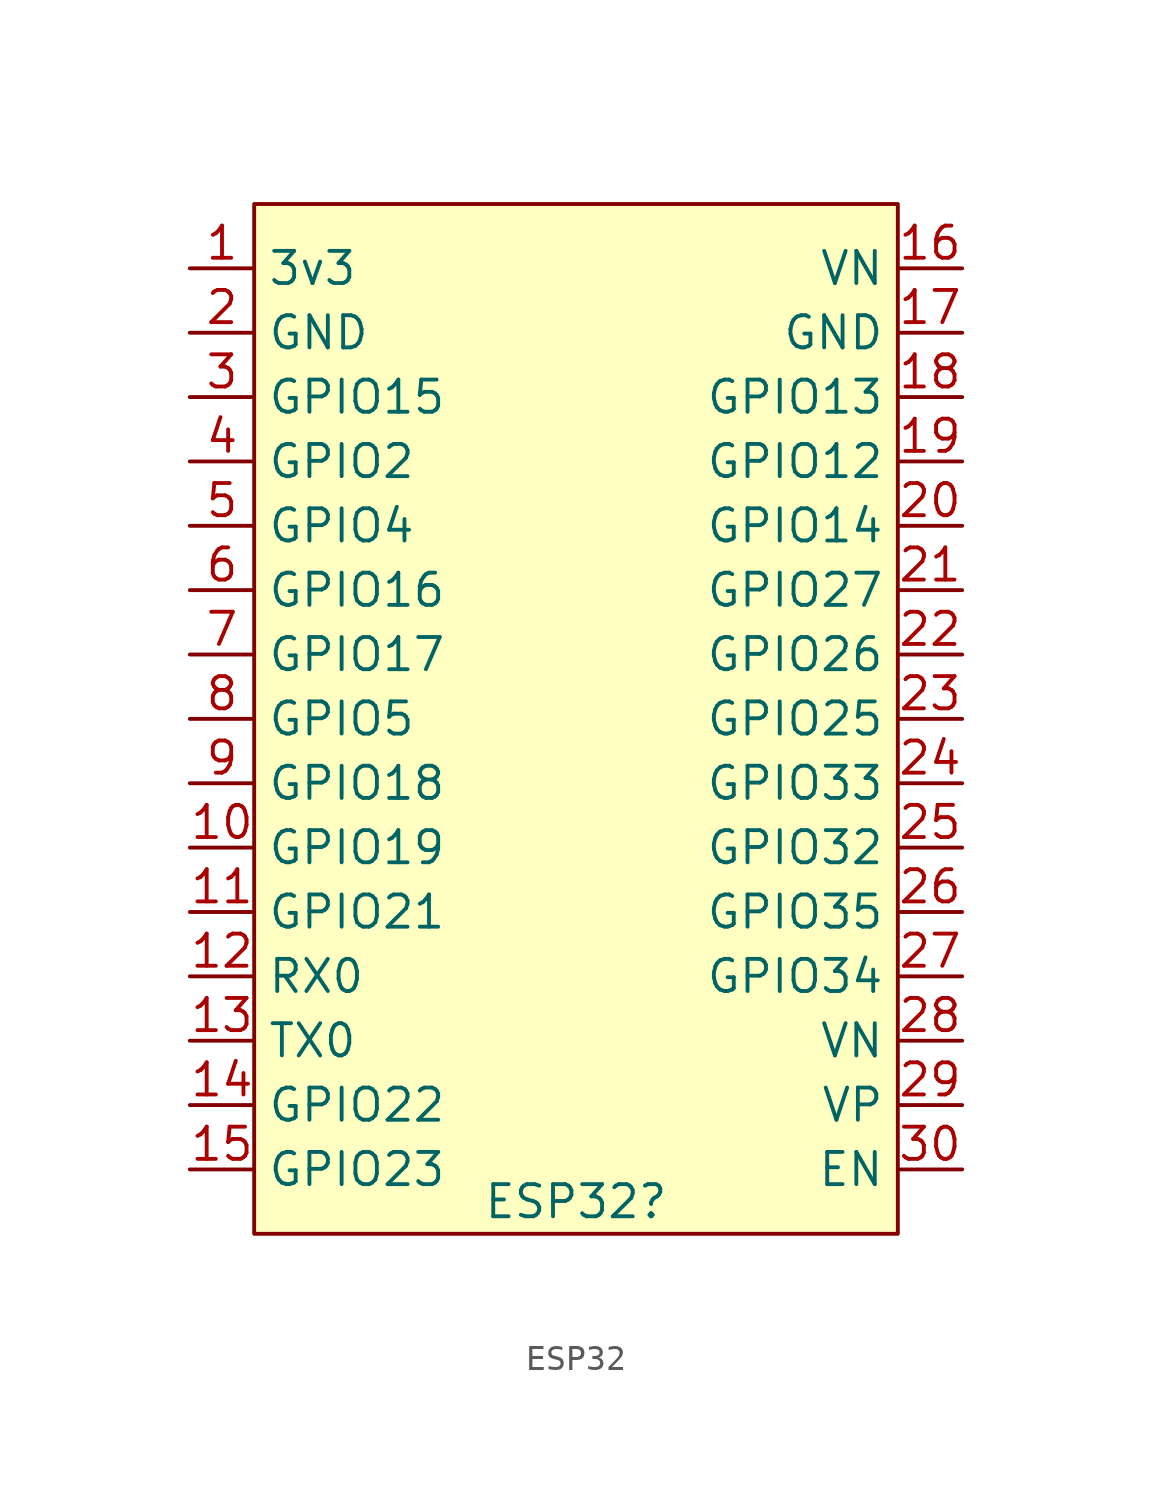
<source format=kicad_sym>
(kicad_symbol_lib
  (version 20220914)
  (generator kicad_symbol_editor)
  (symbol "ESP32"
    (property "Reference" "ESP32"
      (at 0 -11.43 0)
      (effects (font (size 1.27 1.27))))
    (property "Value" ""
      (at 0 0 0)
      (effects (font (size 1.27 1.27))))
    (symbol "ESP32_1_1"
      (rectangle (start -12.7 27.94) (end 12.7 -12.7) (stroke (width 0) (type default)) (fill (type background)))
      (pin input line (at -15.24 25.4 0) (length 2.54) (name "3v3" (effects (font (size 1.27 1.27)))) (number "1" (effects (font (size 1.27 1.27)))))
      (pin input line (at -15.24 2.54 0) (length 2.54) (name "GPIO19" (effects (font (size 1.27 1.27)))) (number "10" (effects (font (size 1.27 1.27)))))
      (pin input line (at -15.24 0 0) (length 2.54) (name "GPIO21" (effects (font (size 1.27 1.27)))) (number "11" (effects (font (size 1.27 1.27)))))
      (pin input line (at -15.24 -2.54 0) (length 2.54) (name "RX0" (effects (font (size 1.27 1.27)))) (number "12" (effects (font (size 1.27 1.27)))))
      (pin input line (at -15.24 -5.08 0) (length 2.54) (name "TX0" (effects (font (size 1.27 1.27)))) (number "13" (effects (font (size 1.27 1.27)))))
      (pin input line (at -15.24 -7.62 0) (length 2.54) (name "GPIO22" (effects (font (size 1.27 1.27)))) (number "14" (effects (font (size 1.27 1.27)))))
      (pin input line (at -15.24 -10.16 0) (length 2.54) (name "GPIO23" (effects (font (size 1.27 1.27)))) (number "15" (effects (font (size 1.27 1.27)))))
      (pin input line (at 15.24 25.4 180) (length 2.54) (name "VN" (effects (font (size 1.27 1.27)))) (number "16" (effects (font (size 1.27 1.27)))))
      (pin input line (at 15.24 22.86 180) (length 2.54) (name "GND" (effects (font (size 1.27 1.27)))) (number "17" (effects (font (size 1.27 1.27)))))
      (pin input line (at 15.24 20.32 180) (length 2.54) (name "GPIO13" (effects (font (size 1.27 1.27)))) (number "18" (effects (font (size 1.27 1.27)))))
      (pin input line (at 15.24 17.78 180) (length 2.54) (name "GPIO12" (effects (font (size 1.27 1.27)))) (number "19" (effects (font (size 1.27 1.27)))))
      (pin input line (at -15.24 22.86 0) (length 2.54) (name "GND" (effects (font (size 1.27 1.27)))) (number "2" (effects (font (size 1.27 1.27)))))
      (pin input line (at 15.24 15.24 180) (length 2.54) (name "GPIO14" (effects (font (size 1.27 1.27)))) (number "20" (effects (font (size 1.27 1.27)))))
      (pin input line (at 15.24 12.7 180) (length 2.54) (name "GPIO27" (effects (font (size 1.27 1.27)))) (number "21" (effects (font (size 1.27 1.27)))))
      (pin input line (at 15.24 10.16 180) (length 2.54) (name "GPIO26" (effects (font (size 1.27 1.27)))) (number "22" (effects (font (size 1.27 1.27)))))
      (pin input line (at 15.24 7.62 180) (length 2.54) (name "GPIO25" (effects (font (size 1.27 1.27)))) (number "23" (effects (font (size 1.27 1.27)))))
      (pin input line (at 15.24 5.08 180) (length 2.54) (name "GPIO33" (effects (font (size 1.27 1.27)))) (number "24" (effects (font (size 1.27 1.27)))))
      (pin input line (at 15.24 2.54 180) (length 2.54) (name "GPIO32" (effects (font (size 1.27 1.27)))) (number "25" (effects (font (size 1.27 1.27)))))
      (pin input line (at 15.24 0 180) (length 2.54) (name "GPIO35" (effects (font (size 1.27 1.27)))) (number "26" (effects (font (size 1.27 1.27)))))
      (pin input line (at 15.24 -2.54 180) (length 2.54) (name "GPIO34" (effects (font (size 1.27 1.27)))) (number "27" (effects (font (size 1.27 1.27)))))
      (pin input line (at 15.24 -5.08 180) (length 2.54) (name "VN" (effects (font (size 1.27 1.27)))) (number "28" (effects (font (size 1.27 1.27)))))
      (pin input line (at 15.24 -7.62 180) (length 2.54) (name "VP" (effects (font (size 1.27 1.27)))) (number "29" (effects (font (size 1.27 1.27)))))
      (pin input line (at -15.24 20.32 0) (length 2.54) (name "GPIO15" (effects (font (size 1.27 1.27)))) (number "3" (effects (font (size 1.27 1.27)))))
      (pin input line (at 15.24 -10.16 180) (length 2.54) (name "EN" (effects (font (size 1.27 1.27)))) (number "30" (effects (font (size 1.27 1.27)))))
      (pin input line (at -15.24 17.78 0) (length 2.54) (name "GPIO2" (effects (font (size 1.27 1.27)))) (number "4" (effects (font (size 1.27 1.27)))))
      (pin input line (at -15.24 15.24 0) (length 2.54) (name "GPIO4" (effects (font (size 1.27 1.27)))) (number "5" (effects (font (size 1.27 1.27)))))
      (pin input line (at -15.24 12.7 0) (length 2.54) (name "GPIO16" (effects (font (size 1.27 1.27)))) (number "6" (effects (font (size 1.27 1.27)))))
      (pin input line (at -15.24 10.16 0) (length 2.54) (name "GPIO17" (effects (font (size 1.27 1.27)))) (number "7" (effects (font (size 1.27 1.27)))))
      (pin input line (at -15.24 7.62 0) (length 2.54) (name "GPIO5" (effects (font (size 1.27 1.27)))) (number "8" (effects (font (size 1.27 1.27)))))
      (pin input line (at -15.24 5.08 0) (length 2.54) (name "GPIO18" (effects (font (size 1.27 1.27)))) (number "9" (effects (font (size 1.27 1.27))))))))
</source>
